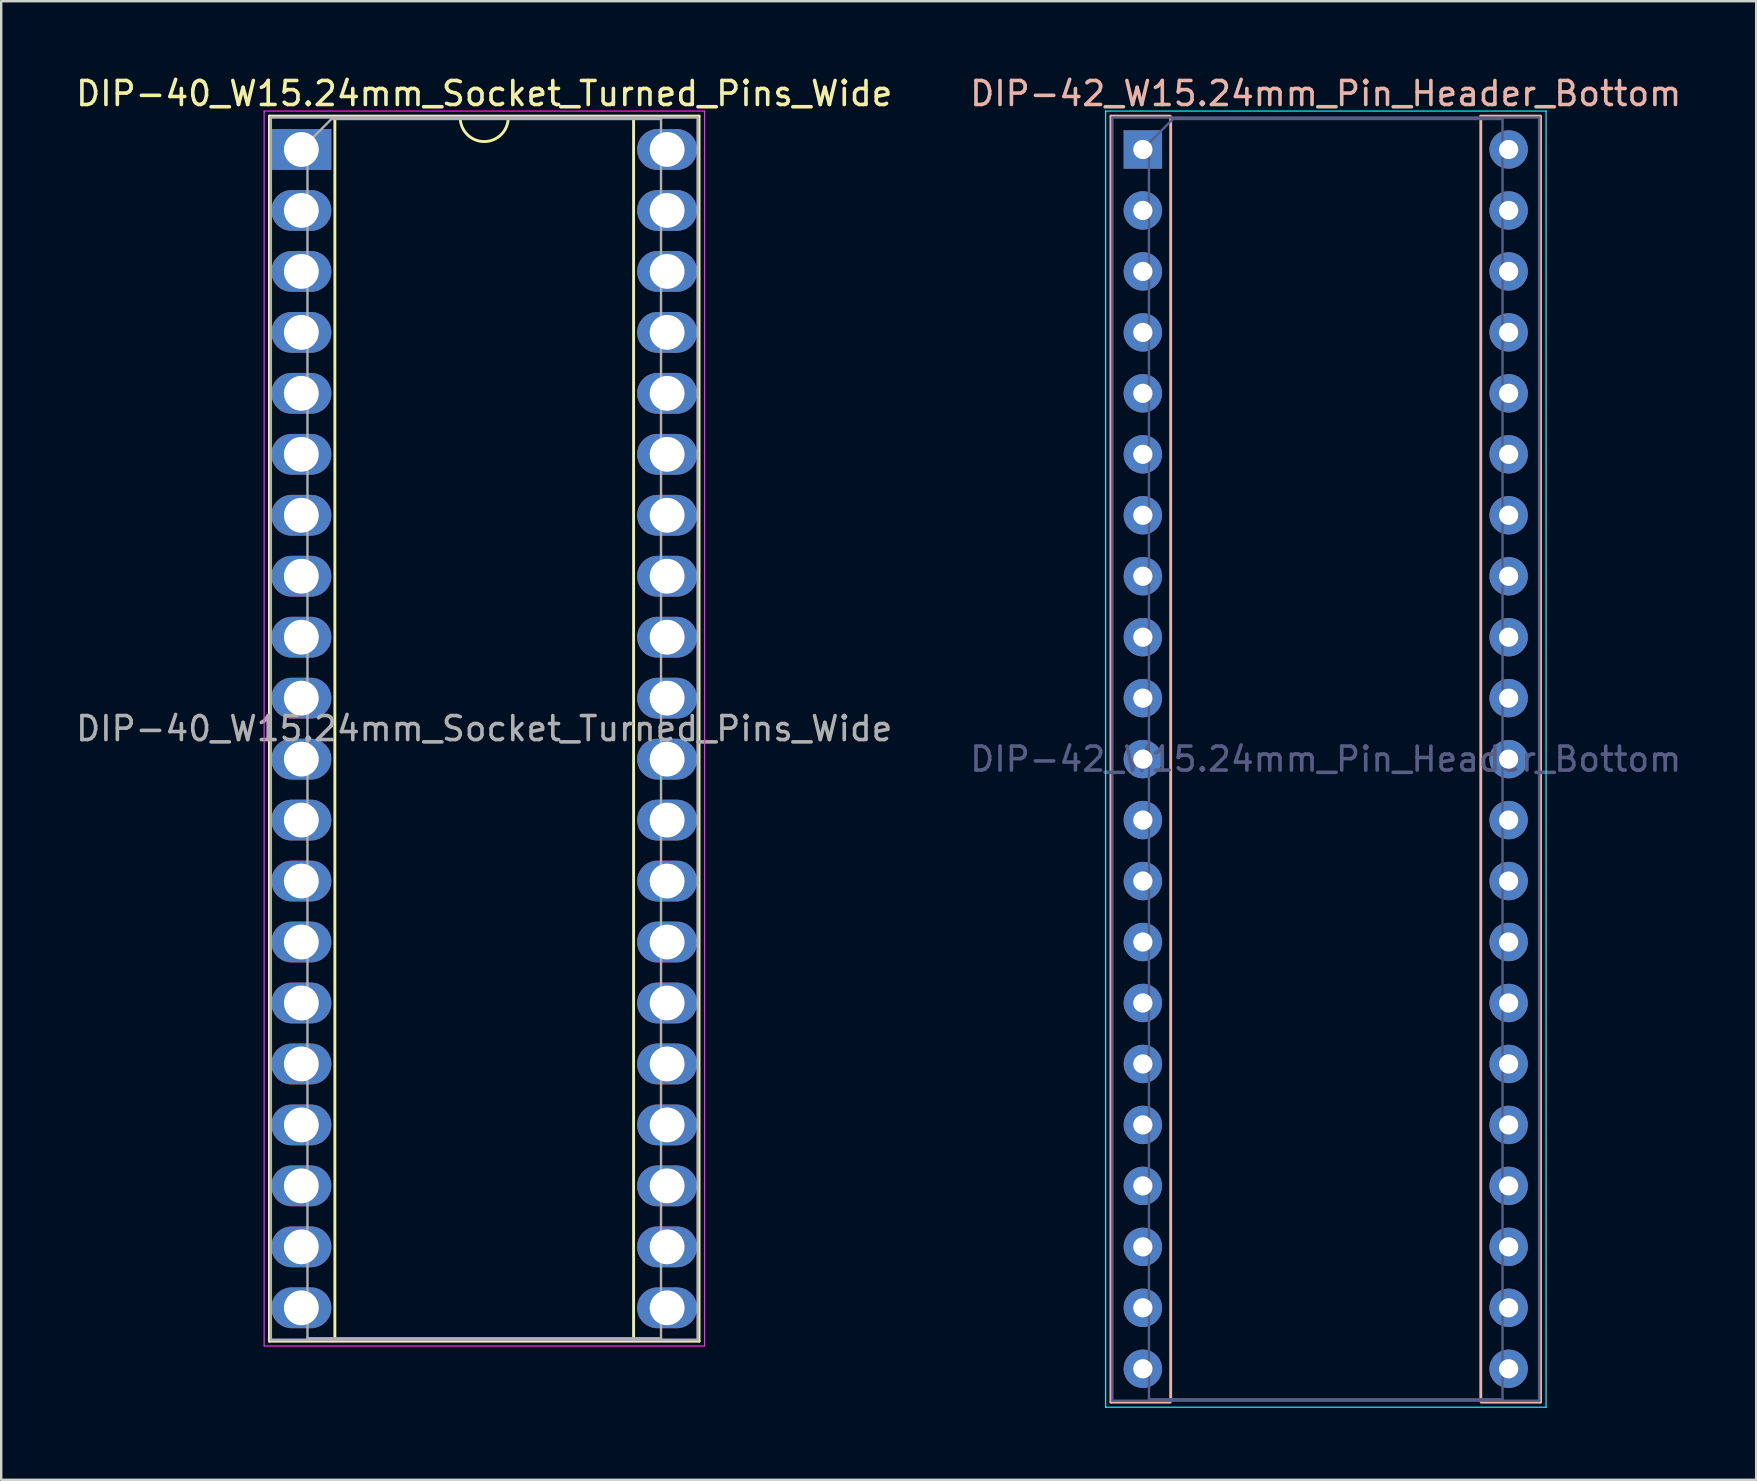
<source format=kicad_pcb>
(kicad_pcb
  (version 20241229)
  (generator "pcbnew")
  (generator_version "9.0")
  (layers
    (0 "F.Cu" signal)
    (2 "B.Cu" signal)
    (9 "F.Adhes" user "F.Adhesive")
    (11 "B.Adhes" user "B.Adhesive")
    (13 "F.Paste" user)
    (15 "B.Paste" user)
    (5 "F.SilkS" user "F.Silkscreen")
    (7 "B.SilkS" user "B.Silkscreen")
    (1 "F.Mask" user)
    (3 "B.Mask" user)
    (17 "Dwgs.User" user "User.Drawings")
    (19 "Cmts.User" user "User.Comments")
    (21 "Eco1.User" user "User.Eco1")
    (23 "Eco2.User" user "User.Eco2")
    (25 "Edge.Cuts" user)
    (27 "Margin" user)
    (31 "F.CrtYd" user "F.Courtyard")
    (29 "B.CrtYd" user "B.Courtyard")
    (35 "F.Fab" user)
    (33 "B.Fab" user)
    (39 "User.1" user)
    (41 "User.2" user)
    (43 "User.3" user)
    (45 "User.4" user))
  (footprint "DIP-42_W15.24mm_Pin_Header_Bottom"
    (layer "F.Cu")
    (at 44.565 3.178)
    (property "Reference" "DIP-42_W15.24mm_Pin_Header_Bottom" (at 7.62 -2.33 0) (layer "B.SilkS") (effects (font (size 1 1) (thickness 0.15))))
    (attr through_hole)
    (fp_line (start -1.33 -1.39) (end -1.33 52.19) (stroke (width 0.12) (type solid)) (layer "B.SilkS"))
    (fp_line (start -1.33 52.19) (end 1.143 52.19) (stroke (width 0.12) (type solid)) (layer "B.SilkS"))
    (fp_line (start 1.143 -1.39) (end -1.33 -1.39) (stroke (width 0.12) (type solid)) (layer "B.SilkS"))
    (fp_line (start 1.16 -1.33) (end 1.16 52.13) (stroke (width 0.12) (type solid)) (layer "B.SilkS"))
    (fp_line (start 14.08 52.13) (end 14.08 -1.33) (stroke (width 0.12) (type solid)) (layer "B.SilkS"))
    (fp_line (start 14.097 52.19) (end 16.57 52.19) (stroke (width 0.12) (type solid)) (layer "B.SilkS"))
    (fp_line (start 16.544 -1.39) (end 14.07 -1.39) (stroke (width 0.12) (type solid)) (layer "B.SilkS"))
    (fp_line (start 16.57 52.19) (end 16.57 -1.39) (stroke (width 0.12) (type solid)) (layer "B.SilkS"))
    (fp_line (start -1.55 -1.6) (end -1.55 52.4) (stroke (width 0.05) (type solid)) (layer "B.CrtYd"))
    (fp_line (start -1.55 52.4) (end 16.8 52.4) (stroke (width 0.05) (type solid)) (layer "B.CrtYd"))
    (fp_line (start 16.8 -1.6) (end -1.55 -1.6) (stroke (width 0.05) (type solid)) (layer "B.CrtYd"))
    (fp_line (start 16.8 52.4) (end 16.8 -1.6) (stroke (width 0.05) (type solid)) (layer "B.CrtYd"))
    (fp_line (start -1.27 -1.33) (end -1.27 52.13) (stroke (width 0.1) (type solid)) (layer "B.Fab"))
    (fp_line (start -1.27 52.13) (end 16.51 52.13) (stroke (width 0.1) (type solid)) (layer "B.Fab"))
    (fp_line (start 0.255 -0.27) (end 1.255 -1.27) (stroke (width 0.1) (type solid)) (layer "B.Fab"))
    (fp_line (start 0.255 52.07) (end 0.255 -0.27) (stroke (width 0.1) (type solid)) (layer "B.Fab"))
    (fp_line (start 1.255 -1.27) (end 14.985 -1.27) (stroke (width 0.1) (type solid)) (layer "B.Fab"))
    (fp_line (start 14.985 -1.27) (end 14.985 52.07) (stroke (width 0.1) (type solid)) (layer "B.Fab"))
    (fp_line (start 14.985 52.07) (end 0.255 52.07) (stroke (width 0.1) (type solid)) (layer "B.Fab"))
    (fp_line (start 16.51 -1.33) (end -1.27 -1.33) (stroke (width 0.1) (type solid)) (layer "B.Fab"))
    (fp_line (start 16.51 52.13) (end 16.51 -1.33) (stroke (width 0.1) (type solid)) (layer "B.Fab"))
    (fp_text user "${REFERENCE}" (at 7.62 25.4 0) (layer "B.Fab") (effects (font (size 1 1) (thickness 0.15))))
    (pad "1" thru_hole rect (at 0 0) (size 1.6 1.6) (drill 0.8) (layers "*.Cu" "*.Mask"))
    (pad "2" thru_hole oval (at 0 2.54) (size 1.6 1.6) (drill 0.8) (layers "*.Cu" "*.Mask"))
    (pad "3" thru_hole oval (at 0 5.08) (size 1.6 1.6) (drill 0.8) (layers "*.Cu" "*.Mask"))
    (pad "4" thru_hole oval (at 0 7.62) (size 1.6 1.6) (drill 0.8) (layers "*.Cu" "*.Mask"))
    (pad "5" thru_hole oval (at 0 10.16) (size 1.6 1.6) (drill 0.8) (layers "*.Cu" "*.Mask"))
    (pad "6" thru_hole oval (at 0 12.7) (size 1.6 1.6) (drill 0.8) (layers "*.Cu" "*.Mask"))
    (pad "7" thru_hole oval (at 0 15.24) (size 1.6 1.6) (drill 0.8) (layers "*.Cu" "*.Mask"))
    (pad "8" thru_hole oval (at 0 17.78) (size 1.6 1.6) (drill 0.8) (layers "*.Cu" "*.Mask"))
    (pad "9" thru_hole oval (at 0 20.32) (size 1.6 1.6) (drill 0.8) (layers "*.Cu" "*.Mask"))
    (pad "10" thru_hole oval (at 0 22.86) (size 1.6 1.6) (drill 0.8) (layers "*.Cu" "*.Mask"))
    (pad "11" thru_hole oval (at 0 25.4) (size 1.6 1.6) (drill 0.8) (layers "*.Cu" "*.Mask"))
    (pad "12" thru_hole oval (at 0 27.94) (size 1.6 1.6) (drill 0.8) (layers "*.Cu" "*.Mask"))
    (pad "13" thru_hole oval (at 0 30.48) (size 1.6 1.6) (drill 0.8) (layers "*.Cu" "*.Mask"))
    (pad "14" thru_hole oval (at 0 33.02) (size 1.6 1.6) (drill 0.8) (layers "*.Cu" "*.Mask"))
    (pad "15" thru_hole oval (at 0 35.56) (size 1.6 1.6) (drill 0.8) (layers "*.Cu" "*.Mask"))
    (pad "16" thru_hole oval (at 0 38.1) (size 1.6 1.6) (drill 0.8) (layers "*.Cu" "*.Mask"))
    (pad "17" thru_hole oval (at 0 40.64) (size 1.6 1.6) (drill 0.8) (layers "*.Cu" "*.Mask"))
    (pad "18" thru_hole oval (at 0 43.18) (size 1.6 1.6) (drill 0.8) (layers "*.Cu" "*.Mask"))
    (pad "19" thru_hole oval (at 0 45.72) (size 1.6 1.6) (drill 0.8) (layers "*.Cu" "*.Mask"))
    (pad "20" thru_hole oval (at 0 48.26) (size 1.6 1.6) (drill 0.8) (layers "*.Cu" "*.Mask"))
    (pad "21" thru_hole oval (at 0 50.8) (size 1.6 1.6) (drill 0.8) (layers "*.Cu" "*.Mask"))
    (pad "22" thru_hole oval (at 15.24 50.8) (size 1.6 1.6) (drill 0.8) (layers "*.Cu" "*.Mask"))
    (pad "23" thru_hole oval (at 15.24 48.26) (size 1.6 1.6) (drill 0.8) (layers "*.Cu" "*.Mask"))
    (pad "24" thru_hole oval (at 15.24 45.72) (size 1.6 1.6) (drill 0.8) (layers "*.Cu" "*.Mask"))
    (pad "25" thru_hole oval (at 15.24 43.18) (size 1.6 1.6) (drill 0.8) (layers "*.Cu" "*.Mask"))
    (pad "26" thru_hole oval (at 15.24 40.64) (size 1.6 1.6) (drill 0.8) (layers "*.Cu" "*.Mask"))
    (pad "27" thru_hole oval (at 15.24 38.1) (size 1.6 1.6) (drill 0.8) (layers "*.Cu" "*.Mask"))
    (pad "28" thru_hole oval (at 15.24 35.56) (size 1.6 1.6) (drill 0.8) (layers "*.Cu" "*.Mask"))
    (pad "29" thru_hole oval (at 15.24 33.02) (size 1.6 1.6) (drill 0.8) (layers "*.Cu" "*.Mask"))
    (pad "30" thru_hole oval (at 15.24 30.48) (size 1.6 1.6) (drill 0.8) (layers "*.Cu" "*.Mask"))
    (pad "31" thru_hole oval (at 15.24 27.94) (size 1.6 1.6) (drill 0.8) (layers "*.Cu" "*.Mask"))
    (pad "32" thru_hole oval (at 15.24 25.4) (size 1.6 1.6) (drill 0.8) (layers "*.Cu" "*.Mask"))
    (pad "33" thru_hole oval (at 15.24 22.86) (size 1.6 1.6) (drill 0.8) (layers "*.Cu" "*.Mask"))
    (pad "34" thru_hole oval (at 15.24 20.32) (size 1.6 1.6) (drill 0.8) (layers "*.Cu" "*.Mask"))
    (pad "35" thru_hole oval (at 15.24 17.78) (size 1.6 1.6) (drill 0.8) (layers "*.Cu" "*.Mask"))
    (pad "36" thru_hole oval (at 15.24 15.24) (size 1.6 1.6) (drill 0.8) (layers "*.Cu" "*.Mask"))
    (pad "37" thru_hole oval (at 15.24 12.7) (size 1.6 1.6) (drill 0.8) (layers "*.Cu" "*.Mask"))
    (pad "38" thru_hole oval (at 15.24 10.16) (size 1.6 1.6) (drill 0.8) (layers "*.Cu" "*.Mask"))
    (pad "39" thru_hole oval (at 15.24 7.62) (size 1.6 1.6) (drill 0.8) (layers "*.Cu" "*.Mask"))
    (pad "40" thru_hole oval (at 15.24 5.08) (size 1.6 1.6) (drill 0.8) (layers "*.Cu" "*.Mask"))
    (pad "41" thru_hole oval (at 15.24 2.54) (size 1.6 1.6) (drill 0.8) (layers "*.Cu" "*.Mask"))
    (pad "42" thru_hole oval (at 15.24 0) (size 1.6 1.6) (drill 0.8) (layers "*.Cu" "*.Mask")))
  (footprint "DIP-40_W15.24mm_Socket_Turned_Pins_Wide"
    (layer "F.Cu")
    (at 9.505 3.178)
    (property "Reference" "DIP-40_W15.24mm_Socket_Turned_Pins_Wide" (at 7.62 -2.33 0) (layer "F.SilkS") (effects (font (size 1 1) (thickness 0.15))))
    (attr through_hole)
    (fp_line (start -1.33 -1.39) (end -1.33 49.65) (stroke (width 0.12) (type solid)) (layer "F.SilkS"))
    (fp_line (start -1.33 49.65) (end 16.57 49.65) (stroke (width 0.12) (type solid)) (layer "F.SilkS"))
    (fp_line (start 1.397 -1.33) (end 1.397 49.59) (stroke (width 0.12) (type solid)) (layer "F.SilkS"))
    (fp_line (start 1.397 49.59) (end 13.843 49.59) (stroke (width 0.12) (type solid)) (layer "F.SilkS"))
    (fp_line (start 6.62 -1.33) (end 1.397 -1.33) (stroke (width 0.12) (type solid)) (layer "F.SilkS"))
    (fp_line (start 13.843 -1.33) (end 8.62 -1.33) (stroke (width 0.12) (type solid)) (layer "F.SilkS"))
    (fp_line (start 13.843 49.59) (end 13.843 -1.33) (stroke (width 0.12) (type solid)) (layer "F.SilkS"))
    (fp_line (start 16.57 -1.39) (end -1.33 -1.39) (stroke (width 0.12) (type solid)) (layer "F.SilkS"))
    (fp_line (start 16.57 49.65) (end 16.57 -1.39) (stroke (width 0.12) (type solid)) (layer "F.SilkS"))
    (fp_arc (start 8.62 -1.33) (mid 7.62 -0.33) (end 6.62 -1.33) (stroke (width 0.12) (type solid)) (layer "F.SilkS"))
    (fp_line (start -1.55 -1.6) (end -1.55 49.85) (stroke (width 0.05) (type solid)) (layer "F.CrtYd"))
    (fp_line (start -1.55 49.85) (end 16.8 49.85) (stroke (width 0.05) (type solid)) (layer "F.CrtYd"))
    (fp_line (start 16.8 -1.6) (end -1.55 -1.6) (stroke (width 0.05) (type solid)) (layer "F.CrtYd"))
    (fp_line (start 16.8 49.85) (end 16.8 -1.6) (stroke (width 0.05) (type solid)) (layer "F.CrtYd"))
    (fp_line (start -1.27 -1.33) (end -1.27 49.59) (stroke (width 0.1) (type solid)) (layer "F.Fab"))
    (fp_line (start -1.27 49.59) (end 16.51 49.59) (stroke (width 0.1) (type solid)) (layer "F.Fab"))
    (fp_line (start 0.255 -0.27) (end 1.255 -1.27) (stroke (width 0.1) (type solid)) (layer "F.Fab"))
    (fp_line (start 0.255 49.53) (end 0.255 -0.27) (stroke (width 0.1) (type solid)) (layer "F.Fab"))
    (fp_line (start 1.255 -1.27) (end 14.985 -1.27) (stroke (width 0.1) (type solid)) (layer "F.Fab"))
    (fp_line (start 14.985 -1.27) (end 14.985 49.53) (stroke (width 0.1) (type solid)) (layer "F.Fab"))
    (fp_line (start 14.985 49.53) (end 0.255 49.53) (stroke (width 0.1) (type solid)) (layer "F.Fab"))
    (fp_line (start 16.51 -1.33) (end -1.27 -1.33) (stroke (width 0.1) (type solid)) (layer "F.Fab"))
    (fp_line (start 16.51 49.59) (end 16.51 -1.33) (stroke (width 0.1) (type solid)) (layer "F.Fab"))
    (fp_text user "${REFERENCE}" (at 7.62 24.13 0) (layer "F.Fab") (effects (font (size 1 1) (thickness 0.15))))
    (pad "1" thru_hole rect (at 0 0) (size 2.5 1.7) (drill 1.45) (layers "*.Cu" "*.Mask"))
    (pad "2" thru_hole oval (at 0 2.54) (size 2.5 1.7) (drill 1.45) (layers "*.Cu" "*.Mask"))
    (pad "3" thru_hole oval (at 0 5.08) (size 2.5 1.7) (drill 1.45) (layers "*.Cu" "*.Mask"))
    (pad "4" thru_hole oval (at 0 7.62) (size 2.5 1.7) (drill 1.45) (layers "*.Cu" "*.Mask"))
    (pad "5" thru_hole oval (at 0 10.16) (size 2.5 1.7) (drill 1.45) (layers "*.Cu" "*.Mask"))
    (pad "6" thru_hole oval (at 0 12.7) (size 2.5 1.7) (drill 1.45) (layers "*.Cu" "*.Mask"))
    (pad "7" thru_hole oval (at 0 15.24) (size 2.5 1.7) (drill 1.45) (layers "*.Cu" "*.Mask"))
    (pad "8" thru_hole oval (at 0 17.78) (size 2.5 1.7) (drill 1.45) (layers "*.Cu" "*.Mask"))
    (pad "9" thru_hole oval (at 0 20.32) (size 2.5 1.7) (drill 1.45) (layers "*.Cu" "*.Mask"))
    (pad "10" thru_hole oval (at 0 22.86) (size 2.5 1.7) (drill 1.45) (layers "*.Cu" "*.Mask"))
    (pad "11" thru_hole oval (at 0 25.4) (size 2.5 1.7) (drill 1.45) (layers "*.Cu" "*.Mask"))
    (pad "12" thru_hole oval (at 0 27.94) (size 2.5 1.7) (drill 1.45) (layers "*.Cu" "*.Mask"))
    (pad "13" thru_hole oval (at 0 30.48) (size 2.5 1.7) (drill 1.45) (layers "*.Cu" "*.Mask"))
    (pad "14" thru_hole oval (at 0 33.02) (size 2.5 1.7) (drill 1.45) (layers "*.Cu" "*.Mask"))
    (pad "15" thru_hole oval (at 0 35.56) (size 2.5 1.7) (drill 1.45) (layers "*.Cu" "*.Mask"))
    (pad "16" thru_hole oval (at 0 38.1) (size 2.5 1.7) (drill 1.45) (layers "*.Cu" "*.Mask"))
    (pad "17" thru_hole oval (at 0 40.64) (size 2.5 1.7) (drill 1.45) (layers "*.Cu" "*.Mask"))
    (pad "18" thru_hole oval (at 0 43.18) (size 2.5 1.7) (drill 1.45) (layers "*.Cu" "*.Mask"))
    (pad "19" thru_hole oval (at 0 45.72) (size 2.5 1.7) (drill 1.45) (layers "*.Cu" "*.Mask"))
    (pad "20" thru_hole oval (at 0 48.26) (size 2.5 1.7) (drill 1.45) (layers "*.Cu" "*.Mask"))
    (pad "21" thru_hole oval (at 15.24 48.26) (size 2.5 1.7) (drill 1.45) (layers "*.Cu" "*.Mask"))
    (pad "22" thru_hole oval (at 15.24 45.72) (size 2.5 1.7) (drill 1.45) (layers "*.Cu" "*.Mask"))
    (pad "23" thru_hole oval (at 15.24 43.18) (size 2.5 1.7) (drill 1.45) (layers "*.Cu" "*.Mask"))
    (pad "24" thru_hole oval (at 15.24 40.64) (size 2.5 1.7) (drill 1.45) (layers "*.Cu" "*.Mask"))
    (pad "25" thru_hole oval (at 15.24 38.1) (size 2.5 1.7) (drill 1.45) (layers "*.Cu" "*.Mask"))
    (pad "26" thru_hole oval (at 15.24 35.56) (size 2.5 1.7) (drill 1.45) (layers "*.Cu" "*.Mask"))
    (pad "27" thru_hole oval (at 15.24 33.02) (size 2.5 1.7) (drill 1.45) (layers "*.Cu" "*.Mask"))
    (pad "28" thru_hole oval (at 15.24 30.48) (size 2.5 1.7) (drill 1.45) (layers "*.Cu" "*.Mask"))
    (pad "29" thru_hole oval (at 15.24 27.94) (size 2.5 1.7) (drill 1.45) (layers "*.Cu" "*.Mask"))
    (pad "30" thru_hole oval (at 15.24 25.4) (size 2.5 1.7) (drill 1.45) (layers "*.Cu" "*.Mask"))
    (pad "31" thru_hole oval (at 15.24 22.86) (size 2.5 1.7) (drill 1.45) (layers "*.Cu" "*.Mask"))
    (pad "32" thru_hole oval (at 15.24 20.32) (size 2.5 1.7) (drill 1.45) (layers "*.Cu" "*.Mask"))
    (pad "33" thru_hole oval (at 15.24 17.78) (size 2.5 1.7) (drill 1.45) (layers "*.Cu" "*.Mask"))
    (pad "34" thru_hole oval (at 15.24 15.24) (size 2.5 1.7) (drill 1.45) (layers "*.Cu" "*.Mask"))
    (pad "35" thru_hole oval (at 15.24 12.7) (size 2.5 1.7) (drill 1.45) (layers "*.Cu" "*.Mask"))
    (pad "36" thru_hole oval (at 15.24 10.16) (size 2.5 1.7) (drill 1.45) (layers "*.Cu" "*.Mask"))
    (pad "37" thru_hole oval (at 15.24 7.62) (size 2.5 1.7) (drill 1.45) (layers "*.Cu" "*.Mask"))
    (pad "38" thru_hole oval (at 15.24 5.08) (size 2.5 1.7) (drill 1.45) (layers "*.Cu" "*.Mask"))
    (pad "39" thru_hole oval (at 15.24 2.54) (size 2.5 1.7) (drill 1.45) (layers "*.Cu" "*.Mask"))
    (pad "40" thru_hole oval (at 15.24 0) (size 2.5 1.7) (drill 1.45) (layers "*.Cu" "*.Mask")))
  (gr_rect
    (start -3 -3)
    (end 70.119 58.603)
    (stroke (width 0.1) (type default))
    (fill no)
    (layer "Edge.Cuts")))
</source>
